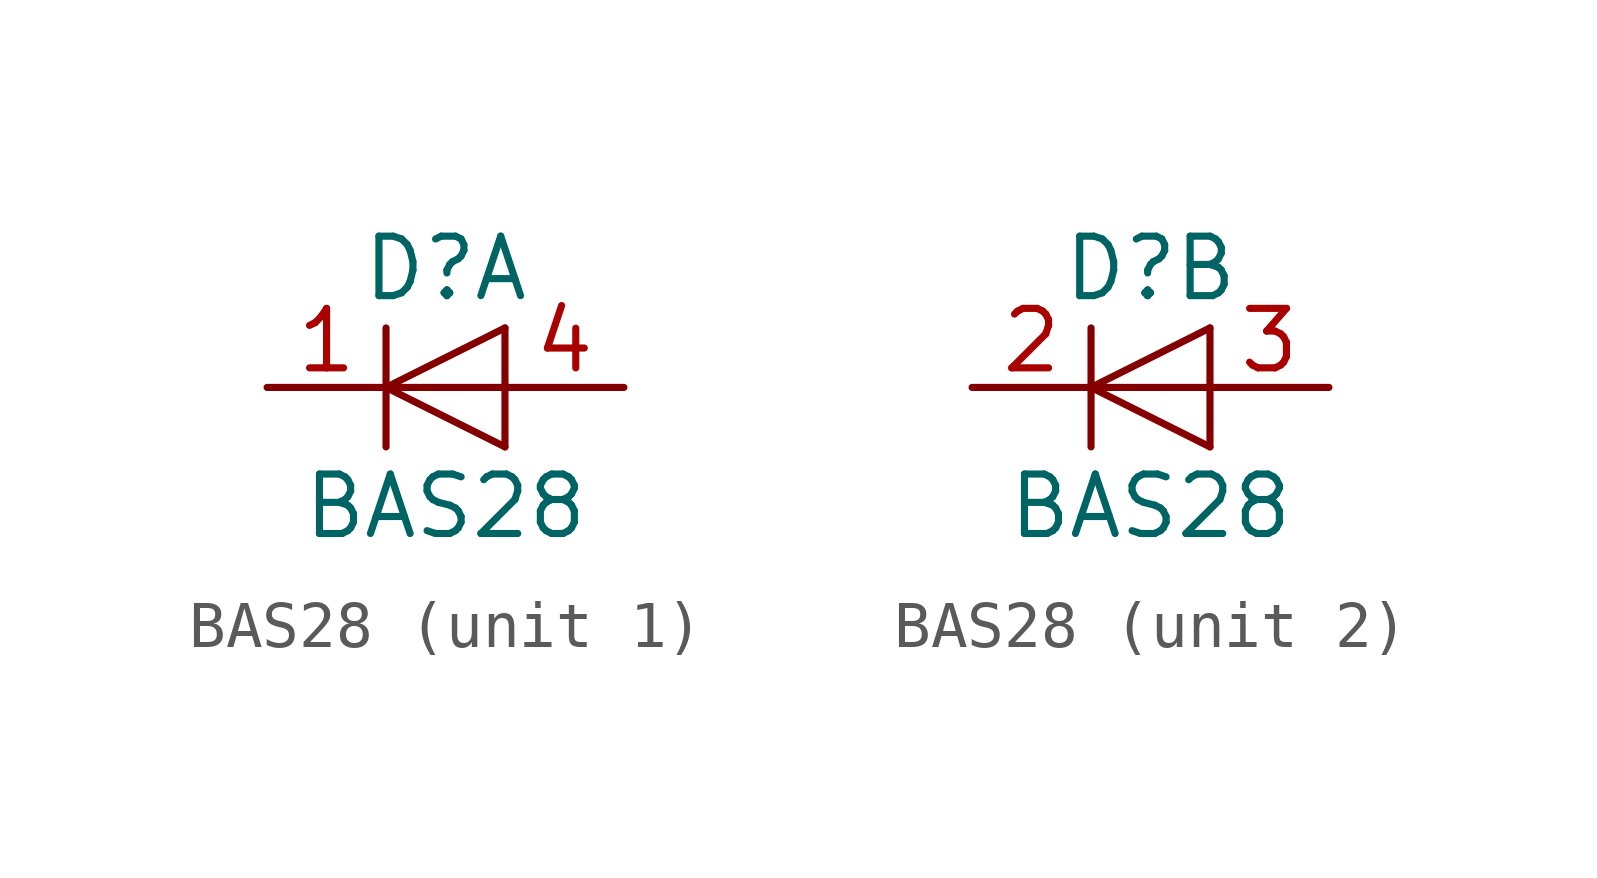
<source format=kicad_sym>
(kicad_symbol_lib
  (version 20241209)
  (generator "kicad_symbol_editor")
  (generator_version "9.0")
  (symbol "BAS28"
    (pin_names
      (offset 1.016)
      (hide yes))
    (property "Reference" "D"
      (at 0 2.54 0)
      (effects (font (size 1.27 1.27))))
    (property "Value" "BAS28"
      (at 0 -2.54 0)
      (effects (font (size 1.27 1.27))))
    (symbol "BAS28_0_1"
      (polyline (pts (xy -1.27 1.27) (xy -1.27 -1.27)) (stroke (width 0) (type default)) (fill (type none)))
      (polyline (pts (xy 1.27 1.27) (xy -1.27 0) (xy 1.27 -1.27)) (stroke (width 0) (type default)) (fill (type none)))
      (polyline (pts (xy 1.27 0) (xy -1.27 0)) (stroke (width 0) (type default)) (fill (type none)))
      (polyline (pts (xy 1.27 -1.27) (xy 1.27 1.27)) (stroke (width 0) (type default)) (fill (type none))))
    (symbol "BAS28_1_1"
      (pin passive line (at -3.81 0 0) (length 2.54) (name "K" (effects (font (size 1.27 1.27)))) (number "1" (effects (font (size 1.27 1.27)))))
      (pin passive line (at 3.81 0 180) (length 2.54) (name "A" (effects (font (size 1.27 1.27)))) (number "4" (effects (font (size 1.27 1.27))))))
    (symbol "BAS28_2_1"
      (pin passive line (at -3.81 0 0) (length 2.54) (name "K" (effects (font (size 1.27 1.27)))) (number "2" (effects (font (size 1.27 1.27)))))
      (pin passive line (at 3.81 0 180) (length 2.54) (name "A" (effects (font (size 1.27 1.27)))) (number "3" (effects (font (size 1.27 1.27))))))))
</source>
